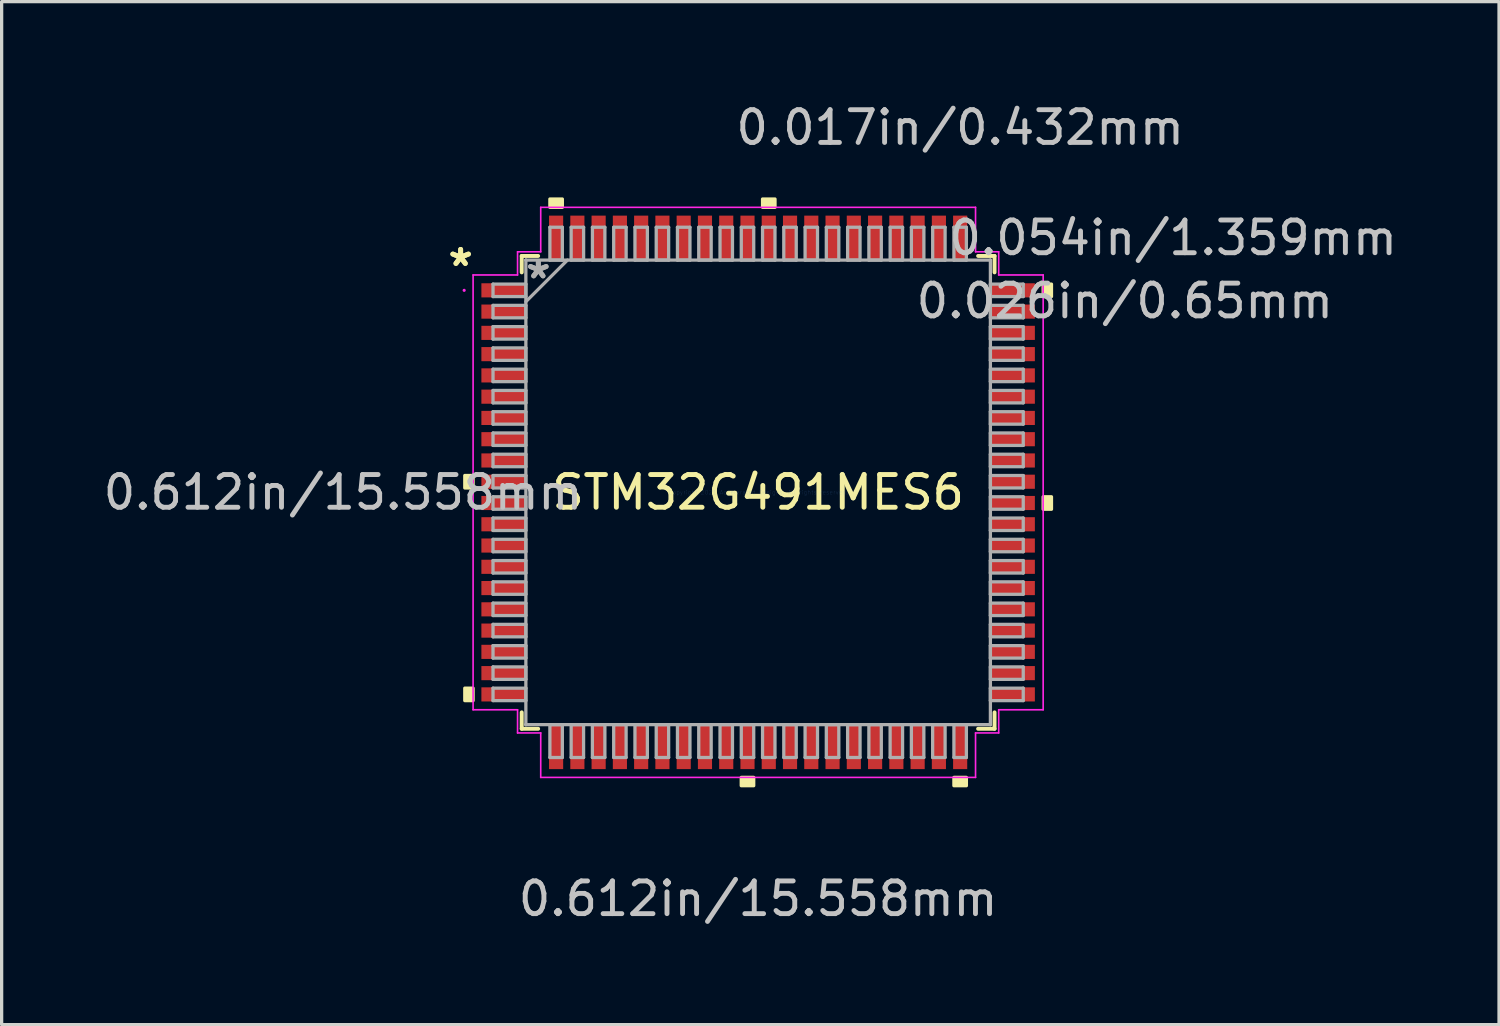
<source format=kicad_pcb>
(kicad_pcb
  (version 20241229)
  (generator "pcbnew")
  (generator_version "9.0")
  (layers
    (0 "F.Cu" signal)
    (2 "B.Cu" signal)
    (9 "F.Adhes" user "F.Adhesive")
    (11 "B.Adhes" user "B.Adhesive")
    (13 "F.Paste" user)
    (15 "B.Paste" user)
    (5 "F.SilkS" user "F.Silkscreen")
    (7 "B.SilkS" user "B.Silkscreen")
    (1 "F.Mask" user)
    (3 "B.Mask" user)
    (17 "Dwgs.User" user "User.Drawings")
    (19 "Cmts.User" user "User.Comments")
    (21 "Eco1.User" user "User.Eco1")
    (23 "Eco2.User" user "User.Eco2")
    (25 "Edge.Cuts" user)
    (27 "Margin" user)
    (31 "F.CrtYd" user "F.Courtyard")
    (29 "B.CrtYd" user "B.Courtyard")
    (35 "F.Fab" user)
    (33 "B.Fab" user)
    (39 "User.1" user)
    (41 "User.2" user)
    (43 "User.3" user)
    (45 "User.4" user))
  (footprint "STM32G491MES6"
    (layer "F.Cu")
    (at 20.122 11.999)
    (property "Reference" "STM32G491MES6" (at 0 0 0) (layer "F.SilkS") (effects (font (size 1 1) (thickness 0.15))))
    (attr through_hole)
    (fp_line (start -7.226 -7.226) (end -7.226 -6.724) (stroke (width 0.12) (type solid)) (layer "F.SilkS"))
    (fp_line (start -7.226 6.724) (end -7.226 7.226) (stroke (width 0.12) (type solid)) (layer "F.SilkS"))
    (fp_line (start -7.226 7.226) (end -6.724 7.226) (stroke (width 0.12) (type solid)) (layer "F.SilkS"))
    (fp_line (start -6.724 -7.226) (end -7.226 -7.226) (stroke (width 0.12) (type solid)) (layer "F.SilkS"))
    (fp_line (start 6.724 7.226) (end 7.226 7.226) (stroke (width 0.12) (type solid)) (layer "F.SilkS"))
    (fp_line (start 7.226 -7.226) (end 6.724 -7.226) (stroke (width 0.12) (type solid)) (layer "F.SilkS"))
    (fp_line (start 7.226 -6.724) (end 7.226 -7.226) (stroke (width 0.12) (type solid)) (layer "F.SilkS"))
    (fp_line (start 7.226 7.226) (end 7.226 6.724) (stroke (width 0.12) (type solid)) (layer "F.SilkS"))
    (fp_poly (pts (xy -8.966 -0.516) (xy -8.966 -0.135) (xy -8.712 -0.135) (xy -8.712 -0.516)) (stroke (width 0.1) (type solid)) (fill yes) (layer "F.SilkS"))
    (fp_poly (pts (xy -8.966 5.984) (xy -8.966 6.365) (xy -8.712 6.365) (xy -8.712 5.984)) (stroke (width 0.1) (type solid)) (fill yes) (layer "F.SilkS"))
    (fp_poly (pts (xy -6.365 -8.712) (xy -6.365 -8.966) (xy -5.984 -8.966) (xy -5.984 -8.712)) (stroke (width 0.1) (type solid)) (fill yes) (layer "F.SilkS"))
    (fp_poly (pts (xy -0.516 8.712) (xy -0.516 8.966) (xy -0.135 8.966) (xy -0.135 8.712)) (stroke (width 0.1) (type solid)) (fill yes) (layer "F.SilkS"))
    (fp_poly (pts (xy 0.135 -8.712) (xy 0.135 -8.966) (xy 0.516 -8.966) (xy 0.516 -8.712)) (stroke (width 0.1) (type solid)) (fill yes) (layer "F.SilkS"))
    (fp_poly (pts (xy 5.984 8.712) (xy 5.984 8.966) (xy 6.365 8.966) (xy 6.365 8.712)) (stroke (width 0.1) (type solid)) (fill yes) (layer "F.SilkS"))
    (fp_poly (pts (xy 8.966 -6.365) (xy 8.966 -5.984) (xy 8.712 -5.984) (xy 8.712 -6.365)) (stroke (width 0.1) (type solid)) (fill yes) (layer "F.SilkS"))
    (fp_poly (pts (xy 8.966 0.135) (xy 8.966 0.516) (xy 8.712 0.516) (xy 8.712 0.135)) (stroke (width 0.1) (type solid)) (fill yes) (layer "F.SilkS"))
    (fp_line (start -8.712 -6.645) (end -7.353 -6.645) (stroke (width 0.05) (type solid)) (layer "F.CrtYd"))
    (fp_line (start -8.712 6.645) (end -8.712 -6.645) (stroke (width 0.05) (type solid)) (layer "F.CrtYd"))
    (fp_line (start -7.353 -7.353) (end -6.645 -7.353) (stroke (width 0.05) (type solid)) (layer "F.CrtYd"))
    (fp_line (start -7.353 -6.645) (end -7.353 -7.353) (stroke (width 0.05) (type solid)) (layer "F.CrtYd"))
    (fp_line (start -7.353 6.645) (end -8.712 6.645) (stroke (width 0.05) (type solid)) (layer "F.CrtYd"))
    (fp_line (start -7.353 7.353) (end -7.353 6.645) (stroke (width 0.05) (type solid)) (layer "F.CrtYd"))
    (fp_line (start -6.645 -8.712) (end 6.645 -8.712) (stroke (width 0.05) (type solid)) (layer "F.CrtYd"))
    (fp_line (start -6.645 -7.353) (end -6.645 -8.712) (stroke (width 0.05) (type solid)) (layer "F.CrtYd"))
    (fp_line (start -6.645 7.353) (end -7.353 7.353) (stroke (width 0.05) (type solid)) (layer "F.CrtYd"))
    (fp_line (start -6.645 8.712) (end -6.645 7.353) (stroke (width 0.05) (type solid)) (layer "F.CrtYd"))
    (fp_line (start 6.645 -8.712) (end 6.645 -7.353) (stroke (width 0.05) (type solid)) (layer "F.CrtYd"))
    (fp_line (start 6.645 -7.353) (end 7.353 -7.353) (stroke (width 0.05) (type solid)) (layer "F.CrtYd"))
    (fp_line (start 6.645 7.353) (end 6.645 8.712) (stroke (width 0.05) (type solid)) (layer "F.CrtYd"))
    (fp_line (start 6.645 8.712) (end -6.645 8.712) (stroke (width 0.05) (type solid)) (layer "F.CrtYd"))
    (fp_line (start 7.353 -7.353) (end 7.353 -6.645) (stroke (width 0.05) (type solid)) (layer "F.CrtYd"))
    (fp_line (start 7.353 -6.645) (end 8.712 -6.645) (stroke (width 0.05) (type solid)) (layer "F.CrtYd"))
    (fp_line (start 7.353 6.645) (end 7.353 7.353) (stroke (width 0.05) (type solid)) (layer "F.CrtYd"))
    (fp_line (start 7.353 7.353) (end 6.645 7.353) (stroke (width 0.05) (type solid)) (layer "F.CrtYd"))
    (fp_line (start 8.712 -6.645) (end 8.712 6.645) (stroke (width 0.05) (type solid)) (layer "F.CrtYd"))
    (fp_line (start 8.712 6.645) (end 7.353 6.645) (stroke (width 0.05) (type solid)) (layer "F.CrtYd"))
    (fp_circle (center -8.985 -6.175) (end -8.985 -6.175) (stroke (width 0.05) (type solid)) (fill no) (layer "F.CrtYd"))
    (fp_line (start -8.103 -6.365) (end -8.103 -5.984) (stroke (width 0.1) (type solid)) (layer "F.Fab"))
    (fp_line (start -8.103 -5.984) (end -7.099 -5.984) (stroke (width 0.1) (type solid)) (layer "F.Fab"))
    (fp_line (start -8.103 -5.715) (end -8.103 -5.335) (stroke (width 0.1) (type solid)) (layer "F.Fab"))
    (fp_line (start -8.103 -5.335) (end -7.099 -5.335) (stroke (width 0.1) (type solid)) (layer "F.Fab"))
    (fp_line (start -8.103 -5.066) (end -8.103 -4.684) (stroke (width 0.1) (type solid)) (layer "F.Fab"))
    (fp_line (start -8.103 -4.684) (end -7.099 -4.684) (stroke (width 0.1) (type solid)) (layer "F.Fab"))
    (fp_line (start -8.103 -4.415) (end -8.103 -4.035) (stroke (width 0.1) (type solid)) (layer "F.Fab"))
    (fp_line (start -8.103 -4.035) (end -7.099 -4.035) (stroke (width 0.1) (type solid)) (layer "F.Fab"))
    (fp_line (start -8.103 -3.765) (end -8.103 -3.385) (stroke (width 0.1) (type solid)) (layer "F.Fab"))
    (fp_line (start -8.103 -3.385) (end -7.099 -3.385) (stroke (width 0.1) (type solid)) (layer "F.Fab"))
    (fp_line (start -8.103 -3.115) (end -8.103 -2.735) (stroke (width 0.1) (type solid)) (layer "F.Fab"))
    (fp_line (start -8.103 -2.735) (end -7.099 -2.735) (stroke (width 0.1) (type solid)) (layer "F.Fab"))
    (fp_line (start -8.103 -2.466) (end -8.103 -2.084) (stroke (width 0.1) (type solid)) (layer "F.Fab"))
    (fp_line (start -8.103 -2.084) (end -7.099 -2.084) (stroke (width 0.1) (type solid)) (layer "F.Fab"))
    (fp_line (start -8.103 -1.815) (end -8.103 -1.435) (stroke (width 0.1) (type solid)) (layer "F.Fab"))
    (fp_line (start -8.103 -1.435) (end -7.099 -1.435) (stroke (width 0.1) (type solid)) (layer "F.Fab"))
    (fp_line (start -8.103 -1.165) (end -8.103 -0.784) (stroke (width 0.1) (type solid)) (layer "F.Fab"))
    (fp_line (start -8.103 -0.784) (end -7.099 -0.784) (stroke (width 0.1) (type solid)) (layer "F.Fab"))
    (fp_line (start -8.103 -0.515) (end -8.103 -0.135) (stroke (width 0.1) (type solid)) (layer "F.Fab"))
    (fp_line (start -8.103 -0.135) (end -7.099 -0.135) (stroke (width 0.1) (type solid)) (layer "F.Fab"))
    (fp_line (start -8.103 0.135) (end -8.103 0.515) (stroke (width 0.1) (type solid)) (layer "F.Fab"))
    (fp_line (start -8.103 0.515) (end -7.099 0.515) (stroke (width 0.1) (type solid)) (layer "F.Fab"))
    (fp_line (start -8.103 0.784) (end -8.103 1.165) (stroke (width 0.1) (type solid)) (layer "F.Fab"))
    (fp_line (start -8.103 1.165) (end -7.099 1.165) (stroke (width 0.1) (type solid)) (layer "F.Fab"))
    (fp_line (start -8.103 1.435) (end -8.103 1.815) (stroke (width 0.1) (type solid)) (layer "F.Fab"))
    (fp_line (start -8.103 1.815) (end -7.099 1.815) (stroke (width 0.1) (type solid)) (layer "F.Fab"))
    (fp_line (start -8.103 2.084) (end -8.103 2.466) (stroke (width 0.1) (type solid)) (layer "F.Fab"))
    (fp_line (start -8.103 2.466) (end -7.099 2.466) (stroke (width 0.1) (type solid)) (layer "F.Fab"))
    (fp_line (start -8.103 2.735) (end -8.103 3.115) (stroke (width 0.1) (type solid)) (layer "F.Fab"))
    (fp_line (start -8.103 3.115) (end -7.099 3.115) (stroke (width 0.1) (type solid)) (layer "F.Fab"))
    (fp_line (start -8.103 3.385) (end -8.103 3.765) (stroke (width 0.1) (type solid)) (layer "F.Fab"))
    (fp_line (start -8.103 3.765) (end -7.099 3.765) (stroke (width 0.1) (type solid)) (layer "F.Fab"))
    (fp_line (start -8.103 4.034) (end -8.103 4.415) (stroke (width 0.1) (type solid)) (layer "F.Fab"))
    (fp_line (start -8.103 4.415) (end -7.099 4.415) (stroke (width 0.1) (type solid)) (layer "F.Fab"))
    (fp_line (start -8.103 4.684) (end -8.103 5.065) (stroke (width 0.1) (type solid)) (layer "F.Fab"))
    (fp_line (start -8.103 5.065) (end -7.099 5.065) (stroke (width 0.1) (type solid)) (layer "F.Fab"))
    (fp_line (start -8.103 5.334) (end -8.103 5.715) (stroke (width 0.1) (type solid)) (layer "F.Fab"))
    (fp_line (start -8.103 5.715) (end -7.099 5.715) (stroke (width 0.1) (type solid)) (layer "F.Fab"))
    (fp_line (start -8.103 5.984) (end -8.103 6.365) (stroke (width 0.1) (type solid)) (layer "F.Fab"))
    (fp_line (start -8.103 6.365) (end -7.099 6.365) (stroke (width 0.1) (type solid)) (layer "F.Fab"))
    (fp_line (start -7.099 -7.099) (end -7.099 -7.099) (stroke (width 0.1) (type solid)) (layer "F.Fab"))
    (fp_line (start -7.099 -7.099) (end -7.099 7.099) (stroke (width 0.1) (type solid)) (layer "F.Fab"))
    (fp_line (start -7.099 -6.365) (end -8.103 -6.365) (stroke (width 0.1) (type solid)) (layer "F.Fab"))
    (fp_line (start -7.099 -5.984) (end -7.099 -6.365) (stroke (width 0.1) (type solid)) (layer "F.Fab"))
    (fp_line (start -7.099 -5.829) (end -5.829 -7.099) (stroke (width 0.1) (type solid)) (layer "F.Fab"))
    (fp_line (start -7.099 -5.715) (end -8.103 -5.715) (stroke (width 0.1) (type solid)) (layer "F.Fab"))
    (fp_line (start -7.099 -5.335) (end -7.099 -5.715) (stroke (width 0.1) (type solid)) (layer "F.Fab"))
    (fp_line (start -7.099 -5.066) (end -8.103 -5.066) (stroke (width 0.1) (type solid)) (layer "F.Fab"))
    (fp_line (start -7.099 -4.684) (end -7.099 -5.066) (stroke (width 0.1) (type solid)) (layer "F.Fab"))
    (fp_line (start -7.099 -4.415) (end -8.103 -4.415) (stroke (width 0.1) (type solid)) (layer "F.Fab"))
    (fp_line (start -7.099 -4.035) (end -7.099 -4.415) (stroke (width 0.1) (type solid)) (layer "F.Fab"))
    (fp_line (start -7.099 -3.765) (end -8.103 -3.765) (stroke (width 0.1) (type solid)) (layer "F.Fab"))
    (fp_line (start -7.099 -3.385) (end -7.099 -3.765) (stroke (width 0.1) (type solid)) (layer "F.Fab"))
    (fp_line (start -7.099 -3.115) (end -8.103 -3.115) (stroke (width 0.1) (type solid)) (layer "F.Fab"))
    (fp_line (start -7.099 -2.735) (end -7.099 -3.115) (stroke (width 0.1) (type solid)) (layer "F.Fab"))
    (fp_line (start -7.099 -2.466) (end -8.103 -2.466) (stroke (width 0.1) (type solid)) (layer "F.Fab"))
    (fp_line (start -7.099 -2.084) (end -7.099 -2.466) (stroke (width 0.1) (type solid)) (layer "F.Fab"))
    (fp_line (start -7.099 -1.815) (end -8.103 -1.815) (stroke (width 0.1) (type solid)) (layer "F.Fab"))
    (fp_line (start -7.099 -1.435) (end -7.099 -1.815) (stroke (width 0.1) (type solid)) (layer "F.Fab"))
    (fp_line (start -7.099 -1.165) (end -8.103 -1.165) (stroke (width 0.1) (type solid)) (layer "F.Fab"))
    (fp_line (start -7.099 -0.784) (end -7.099 -1.165) (stroke (width 0.1) (type solid)) (layer "F.Fab"))
    (fp_line (start -7.099 -0.515) (end -8.103 -0.515) (stroke (width 0.1) (type solid)) (layer "F.Fab"))
    (fp_line (start -7.099 -0.135) (end -7.099 -0.515) (stroke (width 0.1) (type solid)) (layer "F.Fab"))
    (fp_line (start -7.099 0.135) (end -8.103 0.135) (stroke (width 0.1) (type solid)) (layer "F.Fab"))
    (fp_line (start -7.099 0.515) (end -7.099 0.135) (stroke (width 0.1) (type solid)) (layer "F.Fab"))
    (fp_line (start -7.099 0.784) (end -8.103 0.784) (stroke (width 0.1) (type solid)) (layer "F.Fab"))
    (fp_line (start -7.099 1.165) (end -7.099 0.784) (stroke (width 0.1) (type solid)) (layer "F.Fab"))
    (fp_line (start -7.099 1.435) (end -8.103 1.435) (stroke (width 0.1) (type solid)) (layer "F.Fab"))
    (fp_line (start -7.099 1.815) (end -7.099 1.435) (stroke (width 0.1) (type solid)) (layer "F.Fab"))
    (fp_line (start -7.099 2.084) (end -8.103 2.084) (stroke (width 0.1) (type solid)) (layer "F.Fab"))
    (fp_line (start -7.099 2.466) (end -7.099 2.084) (stroke (width 0.1) (type solid)) (layer "F.Fab"))
    (fp_line (start -7.099 2.735) (end -8.103 2.735) (stroke (width 0.1) (type solid)) (layer "F.Fab"))
    (fp_line (start -7.099 3.115) (end -7.099 2.735) (stroke (width 0.1) (type solid)) (layer "F.Fab"))
    (fp_line (start -7.099 3.385) (end -8.103 3.385) (stroke (width 0.1) (type solid)) (layer "F.Fab"))
    (fp_line (start -7.099 3.765) (end -7.099 3.385) (stroke (width 0.1) (type solid)) (layer "F.Fab"))
    (fp_line (start -7.099 4.034) (end -8.103 4.034) (stroke (width 0.1) (type solid)) (layer "F.Fab"))
    (fp_line (start -7.099 4.415) (end -7.099 4.034) (stroke (width 0.1) (type solid)) (layer "F.Fab"))
    (fp_line (start -7.099 4.684) (end -8.103 4.684) (stroke (width 0.1) (type solid)) (layer "F.Fab"))
    (fp_line (start -7.099 5.065) (end -7.099 4.684) (stroke (width 0.1) (type solid)) (layer "F.Fab"))
    (fp_line (start -7.099 5.334) (end -8.103 5.334) (stroke (width 0.1) (type solid)) (layer "F.Fab"))
    (fp_line (start -7.099 5.715) (end -7.099 5.334) (stroke (width 0.1) (type solid)) (layer "F.Fab"))
    (fp_line (start -7.099 5.984) (end -8.103 5.984) (stroke (width 0.1) (type solid)) (layer "F.Fab"))
    (fp_line (start -7.099 6.365) (end -7.099 5.984) (stroke (width 0.1) (type solid)) (layer "F.Fab"))
    (fp_line (start -7.099 7.099) (end -7.099 7.099) (stroke (width 0.1) (type solid)) (layer "F.Fab"))
    (fp_line (start -7.099 7.099) (end 7.099 7.099) (stroke (width 0.1) (type solid)) (layer "F.Fab"))
    (fp_line (start -6.365 7.099) (end -6.365 8.103) (stroke (width 0.1) (type solid)) (layer "F.Fab"))
    (fp_line (start -6.365 8.103) (end -5.984 8.103) (stroke (width 0.1) (type solid)) (layer "F.Fab"))
    (fp_line (start -6.365 -8.103) (end -6.365 -7.099) (stroke (width 0.1) (type solid)) (layer "F.Fab"))
    (fp_line (start -6.365 -7.099) (end -5.984 -7.099) (stroke (width 0.1) (type solid)) (layer "F.Fab"))
    (fp_line (start -5.984 7.099) (end -6.365 7.099) (stroke (width 0.1) (type solid)) (layer "F.Fab"))
    (fp_line (start -5.984 8.103) (end -5.984 7.099) (stroke (width 0.1) (type solid)) (layer "F.Fab"))
    (fp_line (start -5.984 -8.103) (end -6.365 -8.103) (stroke (width 0.1) (type solid)) (layer "F.Fab"))
    (fp_line (start -5.984 -7.099) (end -5.984 -8.103) (stroke (width 0.1) (type solid)) (layer "F.Fab"))
    (fp_line (start -5.715 7.099) (end -5.715 8.103) (stroke (width 0.1) (type solid)) (layer "F.Fab"))
    (fp_line (start -5.715 8.103) (end -5.335 8.103) (stroke (width 0.1) (type solid)) (layer "F.Fab"))
    (fp_line (start -5.715 -8.103) (end -5.715 -7.099) (stroke (width 0.1) (type solid)) (layer "F.Fab"))
    (fp_line (start -5.715 -7.099) (end -5.334 -7.099) (stroke (width 0.1) (type solid)) (layer "F.Fab"))
    (fp_line (start -5.335 7.099) (end -5.715 7.099) (stroke (width 0.1) (type solid)) (layer "F.Fab"))
    (fp_line (start -5.335 8.103) (end -5.335 7.099) (stroke (width 0.1) (type solid)) (layer "F.Fab"))
    (fp_line (start -5.334 -8.103) (end -5.715 -8.103) (stroke (width 0.1) (type solid)) (layer "F.Fab"))
    (fp_line (start -5.334 -7.099) (end -5.334 -8.103) (stroke (width 0.1) (type solid)) (layer "F.Fab"))
    (fp_line (start -5.066 7.099) (end -5.066 8.103) (stroke (width 0.1) (type solid)) (layer "F.Fab"))
    (fp_line (start -5.066 8.103) (end -4.684 8.103) (stroke (width 0.1) (type solid)) (layer "F.Fab"))
    (fp_line (start -5.065 -8.103) (end -5.065 -7.099) (stroke (width 0.1) (type solid)) (layer "F.Fab"))
    (fp_line (start -5.065 -7.099) (end -4.684 -7.099) (stroke (width 0.1) (type solid)) (layer "F.Fab"))
    (fp_line (start -4.684 7.099) (end -5.066 7.099) (stroke (width 0.1) (type solid)) (layer "F.Fab"))
    (fp_line (start -4.684 8.103) (end -4.684 7.099) (stroke (width 0.1) (type solid)) (layer "F.Fab"))
    (fp_line (start -4.684 -8.103) (end -5.065 -8.103) (stroke (width 0.1) (type solid)) (layer "F.Fab"))
    (fp_line (start -4.684 -7.099) (end -4.684 -8.103) (stroke (width 0.1) (type solid)) (layer "F.Fab"))
    (fp_line (start -4.415 7.099) (end -4.415 8.103) (stroke (width 0.1) (type solid)) (layer "F.Fab"))
    (fp_line (start -4.415 8.103) (end -4.035 8.103) (stroke (width 0.1) (type solid)) (layer "F.Fab"))
    (fp_line (start -4.415 -8.103) (end -4.415 -7.099) (stroke (width 0.1) (type solid)) (layer "F.Fab"))
    (fp_line (start -4.415 -7.099) (end -4.034 -7.099) (stroke (width 0.1) (type solid)) (layer "F.Fab"))
    (fp_line (start -4.035 7.099) (end -4.415 7.099) (stroke (width 0.1) (type solid)) (layer "F.Fab"))
    (fp_line (start -4.035 8.103) (end -4.035 7.099) (stroke (width 0.1) (type solid)) (layer "F.Fab"))
    (fp_line (start -4.034 -8.103) (end -4.415 -8.103) (stroke (width 0.1) (type solid)) (layer "F.Fab"))
    (fp_line (start -4.034 -7.099) (end -4.034 -8.103) (stroke (width 0.1) (type solid)) (layer "F.Fab"))
    (fp_line (start -3.765 -8.103) (end -3.765 -7.099) (stroke (width 0.1) (type solid)) (layer "F.Fab"))
    (fp_line (start -3.765 -7.099) (end -3.385 -7.099) (stroke (width 0.1) (type solid)) (layer "F.Fab"))
    (fp_line (start -3.765 7.099) (end -3.765 8.103) (stroke (width 0.1) (type solid)) (layer "F.Fab"))
    (fp_line (start -3.765 8.103) (end -3.385 8.103) (stroke (width 0.1) (type solid)) (layer "F.Fab"))
    (fp_line (start -3.385 -8.103) (end -3.765 -8.103) (stroke (width 0.1) (type solid)) (layer "F.Fab"))
    (fp_line (start -3.385 -7.099) (end -3.385 -8.103) (stroke (width 0.1) (type solid)) (layer "F.Fab"))
    (fp_line (start -3.385 7.099) (end -3.765 7.099) (stroke (width 0.1) (type solid)) (layer "F.Fab"))
    (fp_line (start -3.385 8.103) (end -3.385 7.099) (stroke (width 0.1) (type solid)) (layer "F.Fab"))
    (fp_line (start -3.115 -8.103) (end -3.115 -7.099) (stroke (width 0.1) (type solid)) (layer "F.Fab"))
    (fp_line (start -3.115 -7.099) (end -2.735 -7.099) (stroke (width 0.1) (type solid)) (layer "F.Fab"))
    (fp_line (start -3.115 7.099) (end -3.115 8.103) (stroke (width 0.1) (type solid)) (layer "F.Fab"))
    (fp_line (start -3.115 8.103) (end -2.735 8.103) (stroke (width 0.1) (type solid)) (layer "F.Fab"))
    (fp_line (start -2.735 -8.103) (end -3.115 -8.103) (stroke (width 0.1) (type solid)) (layer "F.Fab"))
    (fp_line (start -2.735 -7.099) (end -2.735 -8.103) (stroke (width 0.1) (type solid)) (layer "F.Fab"))
    (fp_line (start -2.735 7.099) (end -3.115 7.099) (stroke (width 0.1) (type solid)) (layer "F.Fab"))
    (fp_line (start -2.735 8.103) (end -2.735 7.099) (stroke (width 0.1) (type solid)) (layer "F.Fab"))
    (fp_line (start -2.466 -8.103) (end -2.466 -7.099) (stroke (width 0.1) (type solid)) (layer "F.Fab"))
    (fp_line (start -2.466 -7.099) (end -2.084 -7.099) (stroke (width 0.1) (type solid)) (layer "F.Fab"))
    (fp_line (start -2.466 7.099) (end -2.466 8.103) (stroke (width 0.1) (type solid)) (layer "F.Fab"))
    (fp_line (start -2.466 8.103) (end -2.084 8.103) (stroke (width 0.1) (type solid)) (layer "F.Fab"))
    (fp_line (start -2.084 -8.103) (end -2.466 -8.103) (stroke (width 0.1) (type solid)) (layer "F.Fab"))
    (fp_line (start -2.084 -7.099) (end -2.084 -8.103) (stroke (width 0.1) (type solid)) (layer "F.Fab"))
    (fp_line (start -2.084 7.099) (end -2.466 7.099) (stroke (width 0.1) (type solid)) (layer "F.Fab"))
    (fp_line (start -2.084 8.103) (end -2.084 7.099) (stroke (width 0.1) (type solid)) (layer "F.Fab"))
    (fp_line (start -1.815 -8.103) (end -1.815 -7.099) (stroke (width 0.1) (type solid)) (layer "F.Fab"))
    (fp_line (start -1.815 -7.099) (end -1.435 -7.099) (stroke (width 0.1) (type solid)) (layer "F.Fab"))
    (fp_line (start -1.815 7.099) (end -1.815 8.103) (stroke (width 0.1) (type solid)) (layer "F.Fab"))
    (fp_line (start -1.815 8.103) (end -1.435 8.103) (stroke (width 0.1) (type solid)) (layer "F.Fab"))
    (fp_line (start -1.435 -8.103) (end -1.815 -8.103) (stroke (width 0.1) (type solid)) (layer "F.Fab"))
    (fp_line (start -1.435 -7.099) (end -1.435 -8.103) (stroke (width 0.1) (type solid)) (layer "F.Fab"))
    (fp_line (start -1.435 7.099) (end -1.815 7.099) (stroke (width 0.1) (type solid)) (layer "F.Fab"))
    (fp_line (start -1.435 8.103) (end -1.435 7.099) (stroke (width 0.1) (type solid)) (layer "F.Fab"))
    (fp_line (start -1.165 -8.103) (end -1.165 -7.099) (stroke (width 0.1) (type solid)) (layer "F.Fab"))
    (fp_line (start -1.165 -7.099) (end -0.784 -7.099) (stroke (width 0.1) (type solid)) (layer "F.Fab"))
    (fp_line (start -1.165 7.099) (end -1.165 8.103) (stroke (width 0.1) (type solid)) (layer "F.Fab"))
    (fp_line (start -1.165 8.103) (end -0.784 8.103) (stroke (width 0.1) (type solid)) (layer "F.Fab"))
    (fp_line (start -0.784 -8.103) (end -1.165 -8.103) (stroke (width 0.1) (type solid)) (layer "F.Fab"))
    (fp_line (start -0.784 -7.099) (end -0.784 -8.103) (stroke (width 0.1) (type solid)) (layer "F.Fab"))
    (fp_line (start -0.784 7.099) (end -1.165 7.099) (stroke (width 0.1) (type solid)) (layer "F.Fab"))
    (fp_line (start -0.784 8.103) (end -0.784 7.099) (stroke (width 0.1) (type solid)) (layer "F.Fab"))
    (fp_line (start -0.515 -8.103) (end -0.515 -7.099) (stroke (width 0.1) (type solid)) (layer "F.Fab"))
    (fp_line (start -0.515 -7.099) (end -0.135 -7.099) (stroke (width 0.1) (type solid)) (layer "F.Fab"))
    (fp_line (start -0.515 7.099) (end -0.515 8.103) (stroke (width 0.1) (type solid)) (layer "F.Fab"))
    (fp_line (start -0.515 8.103) (end -0.135 8.103) (stroke (width 0.1) (type solid)) (layer "F.Fab"))
    (fp_line (start -0.135 -8.103) (end -0.515 -8.103) (stroke (width 0.1) (type solid)) (layer "F.Fab"))
    (fp_line (start -0.135 -7.099) (end -0.135 -8.103) (stroke (width 0.1) (type solid)) (layer "F.Fab"))
    (fp_line (start -0.135 7.099) (end -0.515 7.099) (stroke (width 0.1) (type solid)) (layer "F.Fab"))
    (fp_line (start -0.135 8.103) (end -0.135 7.099) (stroke (width 0.1) (type solid)) (layer "F.Fab"))
    (fp_line (start 0.135 -8.103) (end 0.135 -7.099) (stroke (width 0.1) (type solid)) (layer "F.Fab"))
    (fp_line (start 0.135 -7.099) (end 0.515 -7.099) (stroke (width 0.1) (type solid)) (layer "F.Fab"))
    (fp_line (start 0.135 7.099) (end 0.135 8.103) (stroke (width 0.1) (type solid)) (layer "F.Fab"))
    (fp_line (start 0.135 8.103) (end 0.515 8.103) (stroke (width 0.1) (type solid)) (layer "F.Fab"))
    (fp_line (start 0.515 -8.103) (end 0.135 -8.103) (stroke (width 0.1) (type solid)) (layer "F.Fab"))
    (fp_line (start 0.515 -7.099) (end 0.515 -8.103) (stroke (width 0.1) (type solid)) (layer "F.Fab"))
    (fp_line (start 0.515 7.099) (end 0.135 7.099) (stroke (width 0.1) (type solid)) (layer "F.Fab"))
    (fp_line (start 0.515 8.103) (end 0.515 7.099) (stroke (width 0.1) (type solid)) (layer "F.Fab"))
    (fp_line (start 0.784 -8.103) (end 0.784 -7.099) (stroke (width 0.1) (type solid)) (layer "F.Fab"))
    (fp_line (start 0.784 -7.099) (end 1.165 -7.099) (stroke (width 0.1) (type solid)) (layer "F.Fab"))
    (fp_line (start 0.784 7.099) (end 0.784 8.103) (stroke (width 0.1) (type solid)) (layer "F.Fab"))
    (fp_line (start 0.784 8.103) (end 1.165 8.103) (stroke (width 0.1) (type solid)) (layer "F.Fab"))
    (fp_line (start 1.165 -8.103) (end 0.784 -8.103) (stroke (width 0.1) (type solid)) (layer "F.Fab"))
    (fp_line (start 1.165 -7.099) (end 1.165 -8.103) (stroke (width 0.1) (type solid)) (layer "F.Fab"))
    (fp_line (start 1.165 7.099) (end 0.784 7.099) (stroke (width 0.1) (type solid)) (layer "F.Fab"))
    (fp_line (start 1.165 8.103) (end 1.165 7.099) (stroke (width 0.1) (type solid)) (layer "F.Fab"))
    (fp_line (start 1.435 -8.103) (end 1.435 -7.099) (stroke (width 0.1) (type solid)) (layer "F.Fab"))
    (fp_line (start 1.435 -7.099) (end 1.815 -7.099) (stroke (width 0.1) (type solid)) (layer "F.Fab"))
    (fp_line (start 1.435 7.099) (end 1.435 8.103) (stroke (width 0.1) (type solid)) (layer "F.Fab"))
    (fp_line (start 1.435 8.103) (end 1.815 8.103) (stroke (width 0.1) (type solid)) (layer "F.Fab"))
    (fp_line (start 1.815 -8.103) (end 1.435 -8.103) (stroke (width 0.1) (type solid)) (layer "F.Fab"))
    (fp_line (start 1.815 -7.099) (end 1.815 -8.103) (stroke (width 0.1) (type solid)) (layer "F.Fab"))
    (fp_line (start 1.815 7.099) (end 1.435 7.099) (stroke (width 0.1) (type solid)) (layer "F.Fab"))
    (fp_line (start 1.815 8.103) (end 1.815 7.099) (stroke (width 0.1) (type solid)) (layer "F.Fab"))
    (fp_line (start 2.084 -8.103) (end 2.084 -7.099) (stroke (width 0.1) (type solid)) (layer "F.Fab"))
    (fp_line (start 2.084 -7.099) (end 2.466 -7.099) (stroke (width 0.1) (type solid)) (layer "F.Fab"))
    (fp_line (start 2.084 7.099) (end 2.084 8.103) (stroke (width 0.1) (type solid)) (layer "F.Fab"))
    (fp_line (start 2.084 8.103) (end 2.466 8.103) (stroke (width 0.1) (type solid)) (layer "F.Fab"))
    (fp_line (start 2.466 -8.103) (end 2.084 -8.103) (stroke (width 0.1) (type solid)) (layer "F.Fab"))
    (fp_line (start 2.466 -7.099) (end 2.466 -8.103) (stroke (width 0.1) (type solid)) (layer "F.Fab"))
    (fp_line (start 2.466 7.099) (end 2.084 7.099) (stroke (width 0.1) (type solid)) (layer "F.Fab"))
    (fp_line (start 2.466 8.103) (end 2.466 7.099) (stroke (width 0.1) (type solid)) (layer "F.Fab"))
    (fp_line (start 2.735 -8.103) (end 2.735 -7.099) (stroke (width 0.1) (type solid)) (layer "F.Fab"))
    (fp_line (start 2.735 -7.099) (end 3.115 -7.099) (stroke (width 0.1) (type solid)) (layer "F.Fab"))
    (fp_line (start 2.735 7.099) (end 2.735 8.103) (stroke (width 0.1) (type solid)) (layer "F.Fab"))
    (fp_line (start 2.735 8.103) (end 3.115 8.103) (stroke (width 0.1) (type solid)) (layer "F.Fab"))
    (fp_line (start 3.115 -8.103) (end 2.735 -8.103) (stroke (width 0.1) (type solid)) (layer "F.Fab"))
    (fp_line (start 3.115 -7.099) (end 3.115 -8.103) (stroke (width 0.1) (type solid)) (layer "F.Fab"))
    (fp_line (start 3.115 7.099) (end 2.735 7.099) (stroke (width 0.1) (type solid)) (layer "F.Fab"))
    (fp_line (start 3.115 8.103) (end 3.115 7.099) (stroke (width 0.1) (type solid)) (layer "F.Fab"))
    (fp_line (start 3.385 -8.103) (end 3.385 -7.099) (stroke (width 0.1) (type solid)) (layer "F.Fab"))
    (fp_line (start 3.385 -7.099) (end 3.765 -7.099) (stroke (width 0.1) (type solid)) (layer "F.Fab"))
    (fp_line (start 3.385 7.099) (end 3.385 8.103) (stroke (width 0.1) (type solid)) (layer "F.Fab"))
    (fp_line (start 3.385 8.103) (end 3.765 8.103) (stroke (width 0.1) (type solid)) (layer "F.Fab"))
    (fp_line (start 3.765 -8.103) (end 3.385 -8.103) (stroke (width 0.1) (type solid)) (layer "F.Fab"))
    (fp_line (start 3.765 -7.099) (end 3.765 -8.103) (stroke (width 0.1) (type solid)) (layer "F.Fab"))
    (fp_line (start 3.765 7.099) (end 3.385 7.099) (stroke (width 0.1) (type solid)) (layer "F.Fab"))
    (fp_line (start 3.765 8.103) (end 3.765 7.099) (stroke (width 0.1) (type solid)) (layer "F.Fab"))
    (fp_line (start 4.034 7.099) (end 4.034 8.103) (stroke (width 0.1) (type solid)) (layer "F.Fab"))
    (fp_line (start 4.034 8.103) (end 4.415 8.103) (stroke (width 0.1) (type solid)) (layer "F.Fab"))
    (fp_line (start 4.035 -8.103) (end 4.035 -7.099) (stroke (width 0.1) (type solid)) (layer "F.Fab"))
    (fp_line (start 4.035 -7.099) (end 4.415 -7.099) (stroke (width 0.1) (type solid)) (layer "F.Fab"))
    (fp_line (start 4.415 7.099) (end 4.034 7.099) (stroke (width 0.1) (type solid)) (layer "F.Fab"))
    (fp_line (start 4.415 8.103) (end 4.415 7.099) (stroke (width 0.1) (type solid)) (layer "F.Fab"))
    (fp_line (start 4.415 -8.103) (end 4.035 -8.103) (stroke (width 0.1) (type solid)) (layer "F.Fab"))
    (fp_line (start 4.415 -7.099) (end 4.415 -8.103) (stroke (width 0.1) (type solid)) (layer "F.Fab"))
    (fp_line (start 4.684 7.099) (end 4.684 8.103) (stroke (width 0.1) (type solid)) (layer "F.Fab"))
    (fp_line (start 4.684 8.103) (end 5.065 8.103) (stroke (width 0.1) (type solid)) (layer "F.Fab"))
    (fp_line (start 4.684 -8.103) (end 4.684 -7.099) (stroke (width 0.1) (type solid)) (layer "F.Fab"))
    (fp_line (start 4.684 -7.099) (end 5.066 -7.099) (stroke (width 0.1) (type solid)) (layer "F.Fab"))
    (fp_line (start 5.065 7.099) (end 4.684 7.099) (stroke (width 0.1) (type solid)) (layer "F.Fab"))
    (fp_line (start 5.065 8.103) (end 5.065 7.099) (stroke (width 0.1) (type solid)) (layer "F.Fab"))
    (fp_line (start 5.066 -8.103) (end 4.684 -8.103) (stroke (width 0.1) (type solid)) (layer "F.Fab"))
    (fp_line (start 5.066 -7.099) (end 5.066 -8.103) (stroke (width 0.1) (type solid)) (layer "F.Fab"))
    (fp_line (start 5.334 7.099) (end 5.334 8.103) (stroke (width 0.1) (type solid)) (layer "F.Fab"))
    (fp_line (start 5.334 8.103) (end 5.715 8.103) (stroke (width 0.1) (type solid)) (layer "F.Fab"))
    (fp_line (start 5.335 -8.103) (end 5.335 -7.099) (stroke (width 0.1) (type solid)) (layer "F.Fab"))
    (fp_line (start 5.335 -7.099) (end 5.715 -7.099) (stroke (width 0.1) (type solid)) (layer "F.Fab"))
    (fp_line (start 5.715 7.099) (end 5.334 7.099) (stroke (width 0.1) (type solid)) (layer "F.Fab"))
    (fp_line (start 5.715 8.103) (end 5.715 7.099) (stroke (width 0.1) (type solid)) (layer "F.Fab"))
    (fp_line (start 5.715 -8.103) (end 5.335 -8.103) (stroke (width 0.1) (type solid)) (layer "F.Fab"))
    (fp_line (start 5.715 -7.099) (end 5.715 -8.103) (stroke (width 0.1) (type solid)) (layer "F.Fab"))
    (fp_line (start 5.984 7.099) (end 5.984 8.103) (stroke (width 0.1) (type solid)) (layer "F.Fab"))
    (fp_line (start 5.984 8.103) (end 6.365 8.103) (stroke (width 0.1) (type solid)) (layer "F.Fab"))
    (fp_line (start 5.984 -8.103) (end 5.984 -7.099) (stroke (width 0.1) (type solid)) (layer "F.Fab"))
    (fp_line (start 5.984 -7.099) (end 6.365 -7.099) (stroke (width 0.1) (type solid)) (layer "F.Fab"))
    (fp_line (start 6.365 7.099) (end 5.984 7.099) (stroke (width 0.1) (type solid)) (layer "F.Fab"))
    (fp_line (start 6.365 8.103) (end 6.365 7.099) (stroke (width 0.1) (type solid)) (layer "F.Fab"))
    (fp_line (start 6.365 -8.103) (end 5.984 -8.103) (stroke (width 0.1) (type solid)) (layer "F.Fab"))
    (fp_line (start 6.365 -7.099) (end 6.365 -8.103) (stroke (width 0.1) (type solid)) (layer "F.Fab"))
    (fp_line (start 7.099 -7.099) (end -7.099 -7.099) (stroke (width 0.1) (type solid)) (layer "F.Fab"))
    (fp_line (start 7.099 -7.099) (end 7.099 -7.099) (stroke (width 0.1) (type solid)) (layer "F.Fab"))
    (fp_line (start 7.099 -6.365) (end 7.099 -5.984) (stroke (width 0.1) (type solid)) (layer "F.Fab"))
    (fp_line (start 7.099 -5.984) (end 8.103 -5.984) (stroke (width 0.1) (type solid)) (layer "F.Fab"))
    (fp_line (start 7.099 -5.715) (end 7.099 -5.334) (stroke (width 0.1) (type solid)) (layer "F.Fab"))
    (fp_line (start 7.099 -5.334) (end 8.103 -5.334) (stroke (width 0.1) (type solid)) (layer "F.Fab"))
    (fp_line (start 7.099 -5.065) (end 7.099 -4.684) (stroke (width 0.1) (type solid)) (layer "F.Fab"))
    (fp_line (start 7.099 -4.684) (end 8.103 -4.684) (stroke (width 0.1) (type solid)) (layer "F.Fab"))
    (fp_line (start 7.099 -4.415) (end 7.099 -4.034) (stroke (width 0.1) (type solid)) (layer "F.Fab"))
    (fp_line (start 7.099 -4.034) (end 8.103 -4.034) (stroke (width 0.1) (type solid)) (layer "F.Fab"))
    (fp_line (start 7.099 -3.765) (end 7.099 -3.385) (stroke (width 0.1) (type solid)) (layer "F.Fab"))
    (fp_line (start 7.099 -3.385) (end 8.103 -3.385) (stroke (width 0.1) (type solid)) (layer "F.Fab"))
    (fp_line (start 7.099 -3.115) (end 7.099 -2.735) (stroke (width 0.1) (type solid)) (layer "F.Fab"))
    (fp_line (start 7.099 -2.735) (end 8.103 -2.735) (stroke (width 0.1) (type solid)) (layer "F.Fab"))
    (fp_line (start 7.099 -2.466) (end 7.099 -2.084) (stroke (width 0.1) (type solid)) (layer "F.Fab"))
    (fp_line (start 7.099 -2.084) (end 8.103 -2.084) (stroke (width 0.1) (type solid)) (layer "F.Fab"))
    (fp_line (start 7.099 -1.815) (end 7.099 -1.435) (stroke (width 0.1) (type solid)) (layer "F.Fab"))
    (fp_line (start 7.099 -1.435) (end 8.103 -1.435) (stroke (width 0.1) (type solid)) (layer "F.Fab"))
    (fp_line (start 7.099 -1.165) (end 7.099 -0.784) (stroke (width 0.1) (type solid)) (layer "F.Fab"))
    (fp_line (start 7.099 -0.784) (end 8.103 -0.784) (stroke (width 0.1) (type solid)) (layer "F.Fab"))
    (fp_line (start 7.099 -0.515) (end 7.099 -0.135) (stroke (width 0.1) (type solid)) (layer "F.Fab"))
    (fp_line (start 7.099 -0.135) (end 8.103 -0.135) (stroke (width 0.1) (type solid)) (layer "F.Fab"))
    (fp_line (start 7.099 0.135) (end 7.099 0.515) (stroke (width 0.1) (type solid)) (layer "F.Fab"))
    (fp_line (start 7.099 0.515) (end 8.103 0.515) (stroke (width 0.1) (type solid)) (layer "F.Fab"))
    (fp_line (start 7.099 0.784) (end 7.099 1.165) (stroke (width 0.1) (type solid)) (layer "F.Fab"))
    (fp_line (start 7.099 1.165) (end 8.103 1.165) (stroke (width 0.1) (type solid)) (layer "F.Fab"))
    (fp_line (start 7.099 1.435) (end 7.099 1.815) (stroke (width 0.1) (type solid)) (layer "F.Fab"))
    (fp_line (start 7.099 1.815) (end 8.103 1.815) (stroke (width 0.1) (type solid)) (layer "F.Fab"))
    (fp_line (start 7.099 2.084) (end 7.099 2.466) (stroke (width 0.1) (type solid)) (layer "F.Fab"))
    (fp_line (start 7.099 2.466) (end 8.103 2.466) (stroke (width 0.1) (type solid)) (layer "F.Fab"))
    (fp_line (start 7.099 2.735) (end 7.099 3.115) (stroke (width 0.1) (type solid)) (layer "F.Fab"))
    (fp_line (start 7.099 3.115) (end 8.103 3.115) (stroke (width 0.1) (type solid)) (layer "F.Fab"))
    (fp_line (start 7.099 3.385) (end 7.099 3.765) (stroke (width 0.1) (type solid)) (layer "F.Fab"))
    (fp_line (start 7.099 3.765) (end 8.103 3.765) (stroke (width 0.1) (type solid)) (layer "F.Fab"))
    (fp_line (start 7.099 4.035) (end 7.099 4.415) (stroke (width 0.1) (type solid)) (layer "F.Fab"))
    (fp_line (start 7.099 4.415) (end 8.103 4.415) (stroke (width 0.1) (type solid)) (layer "F.Fab"))
    (fp_line (start 7.099 4.684) (end 7.099 5.066) (stroke (width 0.1) (type solid)) (layer "F.Fab"))
    (fp_line (start 7.099 5.066) (end 8.103 5.066) (stroke (width 0.1) (type solid)) (layer "F.Fab"))
    (fp_line (start 7.099 5.335) (end 7.099 5.715) (stroke (width 0.1) (type solid)) (layer "F.Fab"))
    (fp_line (start 7.099 5.715) (end 8.103 5.715) (stroke (width 0.1) (type solid)) (layer "F.Fab"))
    (fp_line (start 7.099 5.984) (end 7.099 6.365) (stroke (width 0.1) (type solid)) (layer "F.Fab"))
    (fp_line (start 7.099 6.365) (end 8.103 6.365) (stroke (width 0.1) (type solid)) (layer "F.Fab"))
    (fp_line (start 7.099 7.099) (end 7.099 -7.099) (stroke (width 0.1) (type solid)) (layer "F.Fab"))
    (fp_line (start 7.099 7.099) (end 7.099 7.099) (stroke (width 0.1) (type solid)) (layer "F.Fab"))
    (fp_line (start 8.103 -6.365) (end 7.099 -6.365) (stroke (width 0.1) (type solid)) (layer "F.Fab"))
    (fp_line (start 8.103 -5.984) (end 8.103 -6.365) (stroke (width 0.1) (type solid)) (layer "F.Fab"))
    (fp_line (start 8.103 -5.715) (end 7.099 -5.715) (stroke (width 0.1) (type solid)) (layer "F.Fab"))
    (fp_line (start 8.103 -5.334) (end 8.103 -5.715) (stroke (width 0.1) (type solid)) (layer "F.Fab"))
    (fp_line (start 8.103 -5.065) (end 7.099 -5.065) (stroke (width 0.1) (type solid)) (layer "F.Fab"))
    (fp_line (start 8.103 -4.684) (end 8.103 -5.065) (stroke (width 0.1) (type solid)) (layer "F.Fab"))
    (fp_line (start 8.103 -4.415) (end 7.099 -4.415) (stroke (width 0.1) (type solid)) (layer "F.Fab"))
    (fp_line (start 8.103 -4.034) (end 8.103 -4.415) (stroke (width 0.1) (type solid)) (layer "F.Fab"))
    (fp_line (start 8.103 -3.765) (end 7.099 -3.765) (stroke (width 0.1) (type solid)) (layer "F.Fab"))
    (fp_line (start 8.103 -3.385) (end 8.103 -3.765) (stroke (width 0.1) (type solid)) (layer "F.Fab"))
    (fp_line (start 8.103 -3.115) (end 7.099 -3.115) (stroke (width 0.1) (type solid)) (layer "F.Fab"))
    (fp_line (start 8.103 -2.735) (end 8.103 -3.115) (stroke (width 0.1) (type solid)) (layer "F.Fab"))
    (fp_line (start 8.103 -2.466) (end 7.099 -2.466) (stroke (width 0.1) (type solid)) (layer "F.Fab"))
    (fp_line (start 8.103 -2.084) (end 8.103 -2.466) (stroke (width 0.1) (type solid)) (layer "F.Fab"))
    (fp_line (start 8.103 -1.815) (end 7.099 -1.815) (stroke (width 0.1) (type solid)) (layer "F.Fab"))
    (fp_line (start 8.103 -1.435) (end 8.103 -1.815) (stroke (width 0.1) (type solid)) (layer "F.Fab"))
    (fp_line (start 8.103 -1.165) (end 7.099 -1.165) (stroke (width 0.1) (type solid)) (layer "F.Fab"))
    (fp_line (start 8.103 -0.784) (end 8.103 -1.165) (stroke (width 0.1) (type solid)) (layer "F.Fab"))
    (fp_line (start 8.103 -0.515) (end 7.099 -0.515) (stroke (width 0.1) (type solid)) (layer "F.Fab"))
    (fp_line (start 8.103 -0.135) (end 8.103 -0.515) (stroke (width 0.1) (type solid)) (layer "F.Fab"))
    (fp_line (start 8.103 0.135) (end 7.099 0.135) (stroke (width 0.1) (type solid)) (layer "F.Fab"))
    (fp_line (start 8.103 0.515) (end 8.103 0.135) (stroke (width 0.1) (type solid)) (layer "F.Fab"))
    (fp_line (start 8.103 0.784) (end 7.099 0.784) (stroke (width 0.1) (type solid)) (layer "F.Fab"))
    (fp_line (start 8.103 1.165) (end 8.103 0.784) (stroke (width 0.1) (type solid)) (layer "F.Fab"))
    (fp_line (start 8.103 1.435) (end 7.099 1.435) (stroke (width 0.1) (type solid)) (layer "F.Fab"))
    (fp_line (start 8.103 1.815) (end 8.103 1.435) (stroke (width 0.1) (type solid)) (layer "F.Fab"))
    (fp_line (start 8.103 2.084) (end 7.099 2.084) (stroke (width 0.1) (type solid)) (layer "F.Fab"))
    (fp_line (start 8.103 2.466) (end 8.103 2.084) (stroke (width 0.1) (type solid)) (layer "F.Fab"))
    (fp_line (start 8.103 2.735) (end 7.099 2.735) (stroke (width 0.1) (type solid)) (layer "F.Fab"))
    (fp_line (start 8.103 3.115) (end 8.103 2.735) (stroke (width 0.1) (type solid)) (layer "F.Fab"))
    (fp_line (start 8.103 3.385) (end 7.099 3.385) (stroke (width 0.1) (type solid)) (layer "F.Fab"))
    (fp_line (start 8.103 3.765) (end 8.103 3.385) (stroke (width 0.1) (type solid)) (layer "F.Fab"))
    (fp_line (start 8.103 4.035) (end 7.099 4.035) (stroke (width 0.1) (type solid)) (layer "F.Fab"))
    (fp_line (start 8.103 4.415) (end 8.103 4.035) (stroke (width 0.1) (type solid)) (layer "F.Fab"))
    (fp_line (start 8.103 4.684) (end 7.099 4.684) (stroke (width 0.1) (type solid)) (layer "F.Fab"))
    (fp_line (start 8.103 5.066) (end 8.103 4.684) (stroke (width 0.1) (type solid)) (layer "F.Fab"))
    (fp_line (start 8.103 5.335) (end 7.099 5.335) (stroke (width 0.1) (type solid)) (layer "F.Fab"))
    (fp_line (start 8.103 5.715) (end 8.103 5.335) (stroke (width 0.1) (type solid)) (layer "F.Fab"))
    (fp_line (start 8.103 5.984) (end 7.099 5.984) (stroke (width 0.1) (type solid)) (layer "F.Fab"))
    (fp_line (start 8.103 6.365) (end 8.103 5.984) (stroke (width 0.1) (type solid)) (layer "F.Fab"))
    (fp_text user "*" (at -9.093 -6.881 0) (layer "F.SilkS") (effects (font (size 1 1) (thickness 0.15))))
    (fp_text user "*" (at -9.093 -6.881 0) (layer "F.SilkS") (effects (font (size 1 1) (thickness 0.15))))
    (fp_text user "0.054in/1.359mm" (at 12.687 -7.779 0) (layer "Dwgs.User") (effects (font (size 1 1) (thickness 0.15))))
    (fp_text user "0.017in/0.432mm" (at 6.175 -11.151 0) (layer "Dwgs.User") (effects (font (size 1 1) (thickness 0.15))))
    (fp_text user "0.612in/15.558mm" (at 0 12.421 0) (layer "Dwgs.User") (effects (font (size 1 1) (thickness 0.15))))
    (fp_text user "0.026in/0.65mm" (at 11.208 -5.85 0) (layer "Dwgs.User") (effects (font (size 1 1) (thickness 0.15))))
    (fp_text user "0.612in/15.558mm" (at -12.687 0 0) (layer "Dwgs.User") (effects (font (size 1 1) (thickness 0.15))))
    (fp_text user "Copyright 2021 Accelerated Designs. All rights reserved." (at 0 0 0) (layer "Cmts.User") (effects (font (size 0.127 0.127) (thickness 0.002))))
    (fp_text user "*" (at -6.718 -6.5 0) (layer "F.Fab") (effects (font (size 1 1) (thickness 0.15))))
    (fp_text user "*" (at -6.718 -6.5 0) (layer "F.Fab") (effects (font (size 1 1) (thickness 0.15))))
    (pad "1" smd rect (at -7.779 -6.175 90) (size 0.432 1.359) (layers "F.Cu" "F.Mask" "F.Paste"))
    (pad "2" smd rect (at -7.779 -5.525 90) (size 0.432 1.359) (layers "F.Cu" "F.Mask" "F.Paste"))
    (pad "3" smd rect (at -7.779 -4.875 90) (size 0.432 1.359) (layers "F.Cu" "F.Mask" "F.Paste"))
    (pad "4" smd rect (at -7.779 -4.225 90) (size 0.432 1.359) (layers "F.Cu" "F.Mask" "F.Paste"))
    (pad "5" smd rect (at -7.779 -3.575 90) (size 0.432 1.359) (layers "F.Cu" "F.Mask" "F.Paste"))
    (pad "6" smd rect (at -7.779 -2.925 90) (size 0.432 1.359) (layers "F.Cu" "F.Mask" "F.Paste"))
    (pad "7" smd rect (at -7.779 -2.275 90) (size 0.432 1.359) (layers "F.Cu" "F.Mask" "F.Paste"))
    (pad "8" smd rect (at -7.779 -1.625 90) (size 0.432 1.359) (layers "F.Cu" "F.Mask" "F.Paste"))
    (pad "9" smd rect (at -7.779 -0.975 90) (size 0.432 1.359) (layers "F.Cu" "F.Mask" "F.Paste"))
    (pad "10" smd rect (at -7.779 -0.325 90) (size 0.432 1.359) (layers "F.Cu" "F.Mask" "F.Paste"))
    (pad "11" smd rect (at -7.779 0.325 90) (size 0.432 1.359) (layers "F.Cu" "F.Mask" "F.Paste"))
    (pad "12" smd rect (at -7.779 0.975 90) (size 0.432 1.359) (layers "F.Cu" "F.Mask" "F.Paste"))
    (pad "13" smd rect (at -7.779 1.625 90) (size 0.432 1.359) (layers "F.Cu" "F.Mask" "F.Paste"))
    (pad "14" smd rect (at -7.779 2.275 90) (size 0.432 1.359) (layers "F.Cu" "F.Mask" "F.Paste"))
    (pad "15" smd rect (at -7.779 2.925 90) (size 0.432 1.359) (layers "F.Cu" "F.Mask" "F.Paste"))
    (pad "16" smd rect (at -7.779 3.575 90) (size 0.432 1.359) (layers "F.Cu" "F.Mask" "F.Paste"))
    (pad "17" smd rect (at -7.779 4.225 90) (size 0.432 1.359) (layers "F.Cu" "F.Mask" "F.Paste"))
    (pad "18" smd rect (at -7.779 4.875 90) (size 0.432 1.359) (layers "F.Cu" "F.Mask" "F.Paste"))
    (pad "19" smd rect (at -7.779 5.525 90) (size 0.432 1.359) (layers "F.Cu" "F.Mask" "F.Paste"))
    (pad "20" smd rect (at -7.779 6.175 90) (size 0.432 1.359) (layers "F.Cu" "F.Mask" "F.Paste"))
    (pad "21" smd rect (at -6.175 7.779) (size 0.432 1.359) (layers "F.Cu" "F.Mask" "F.Paste"))
    (pad "22" smd rect (at -5.525 7.779) (size 0.432 1.359) (layers "F.Cu" "F.Mask" "F.Paste"))
    (pad "23" smd rect (at -4.875 7.779) (size 0.432 1.359) (layers "F.Cu" "F.Mask" "F.Paste"))
    (pad "24" smd rect (at -4.225 7.779) (size 0.432 1.359) (layers "F.Cu" "F.Mask" "F.Paste"))
    (pad "25" smd rect (at -3.575 7.779) (size 0.432 1.359) (layers "F.Cu" "F.Mask" "F.Paste"))
    (pad "26" smd rect (at -2.925 7.779) (size 0.432 1.359) (layers "F.Cu" "F.Mask" "F.Paste"))
    (pad "27" smd rect (at -2.275 7.779) (size 0.432 1.359) (layers "F.Cu" "F.Mask" "F.Paste"))
    (pad "28" smd rect (at -1.625 7.779) (size 0.432 1.359) (layers "F.Cu" "F.Mask" "F.Paste"))
    (pad "29" smd rect (at -0.975 7.779) (size 0.432 1.359) (layers "F.Cu" "F.Mask" "F.Paste"))
    (pad "30" smd rect (at -0.325 7.779) (size 0.432 1.359) (layers "F.Cu" "F.Mask" "F.Paste"))
    (pad "31" smd rect (at 0.325 7.779) (size 0.432 1.359) (layers "F.Cu" "F.Mask" "F.Paste"))
    (pad "32" smd rect (at 0.975 7.779) (size 0.432 1.359) (layers "F.Cu" "F.Mask" "F.Paste"))
    (pad "33" smd rect (at 1.625 7.779) (size 0.432 1.359) (layers "F.Cu" "F.Mask" "F.Paste"))
    (pad "34" smd rect (at 2.275 7.779) (size 0.432 1.359) (layers "F.Cu" "F.Mask" "F.Paste"))
    (pad "35" smd rect (at 2.925 7.779) (size 0.432 1.359) (layers "F.Cu" "F.Mask" "F.Paste"))
    (pad "36" smd rect (at 3.575 7.779) (size 0.432 1.359) (layers "F.Cu" "F.Mask" "F.Paste"))
    (pad "37" smd rect (at 4.225 7.779) (size 0.432 1.359) (layers "F.Cu" "F.Mask" "F.Paste"))
    (pad "38" smd rect (at 4.875 7.779) (size 0.432 1.359) (layers "F.Cu" "F.Mask" "F.Paste"))
    (pad "39" smd rect (at 5.525 7.779) (size 0.432 1.359) (layers "F.Cu" "F.Mask" "F.Paste"))
    (pad "40" smd rect (at 6.175 7.779) (size 0.432 1.359) (layers "F.Cu" "F.Mask" "F.Paste"))
    (pad "41" smd rect (at 7.779 6.175 90) (size 0.432 1.359) (layers "F.Cu" "F.Mask" "F.Paste"))
    (pad "42" smd rect (at 7.779 5.525 90) (size 0.432 1.359) (layers "F.Cu" "F.Mask" "F.Paste"))
    (pad "43" smd rect (at 7.779 4.875 90) (size 0.432 1.359) (layers "F.Cu" "F.Mask" "F.Paste"))
    (pad "44" smd rect (at 7.779 4.225 90) (size 0.432 1.359) (layers "F.Cu" "F.Mask" "F.Paste"))
    (pad "45" smd rect (at 7.779 3.575 90) (size 0.432 1.359) (layers "F.Cu" "F.Mask" "F.Paste"))
    (pad "46" smd rect (at 7.779 2.925 90) (size 0.432 1.359) (layers "F.Cu" "F.Mask" "F.Paste"))
    (pad "47" smd rect (at 7.779 2.275 90) (size 0.432 1.359) (layers "F.Cu" "F.Mask" "F.Paste"))
    (pad "48" smd rect (at 7.779 1.625 90) (size 0.432 1.359) (layers "F.Cu" "F.Mask" "F.Paste"))
    (pad "49" smd rect (at 7.779 0.975 90) (size 0.432 1.359) (layers "F.Cu" "F.Mask" "F.Paste"))
    (pad "50" smd rect (at 7.779 0.325 90) (size 0.432 1.359) (layers "F.Cu" "F.Mask" "F.Paste"))
    (pad "51" smd rect (at 7.779 -0.325 90) (size 0.432 1.359) (layers "F.Cu" "F.Mask" "F.Paste"))
    (pad "52" smd rect (at 7.779 -0.975 90) (size 0.432 1.359) (layers "F.Cu" "F.Mask" "F.Paste"))
    (pad "53" smd rect (at 7.779 -1.625 90) (size 0.432 1.359) (layers "F.Cu" "F.Mask" "F.Paste"))
    (pad "54" smd rect (at 7.779 -2.275 90) (size 0.432 1.359) (layers "F.Cu" "F.Mask" "F.Paste"))
    (pad "55" smd rect (at 7.779 -2.925 90) (size 0.432 1.359) (layers "F.Cu" "F.Mask" "F.Paste"))
    (pad "56" smd rect (at 7.779 -3.575 90) (size 0.432 1.359) (layers "F.Cu" "F.Mask" "F.Paste"))
    (pad "57" smd rect (at 7.779 -4.225 90) (size 0.432 1.359) (layers "F.Cu" "F.Mask" "F.Paste"))
    (pad "58" smd rect (at 7.779 -4.875 90) (size 0.432 1.359) (layers "F.Cu" "F.Mask" "F.Paste"))
    (pad "59" smd rect (at 7.779 -5.525 90) (size 0.432 1.359) (layers "F.Cu" "F.Mask" "F.Paste"))
    (pad "60" smd rect (at 7.779 -6.175 90) (size 0.432 1.359) (layers "F.Cu" "F.Mask" "F.Paste"))
    (pad "61" smd rect (at 6.175 -7.779) (size 0.432 1.359) (layers "F.Cu" "F.Mask" "F.Paste"))
    (pad "62" smd rect (at 5.525 -7.779) (size 0.432 1.359) (layers "F.Cu" "F.Mask" "F.Paste"))
    (pad "63" smd rect (at 4.875 -7.779) (size 0.432 1.359) (layers "F.Cu" "F.Mask" "F.Paste"))
    (pad "64" smd rect (at 4.225 -7.779) (size 0.432 1.359) (layers "F.Cu" "F.Mask" "F.Paste"))
    (pad "65" smd rect (at 3.575 -7.779) (size 0.432 1.359) (layers "F.Cu" "F.Mask" "F.Paste"))
    (pad "66" smd rect (at 2.925 -7.779) (size 0.432 1.359) (layers "F.Cu" "F.Mask" "F.Paste"))
    (pad "67" smd rect (at 2.275 -7.779) (size 0.432 1.359) (layers "F.Cu" "F.Mask" "F.Paste"))
    (pad "68" smd rect (at 1.625 -7.779) (size 0.432 1.359) (layers "F.Cu" "F.Mask" "F.Paste"))
    (pad "69" smd rect (at 0.975 -7.779) (size 0.432 1.359) (layers "F.Cu" "F.Mask" "F.Paste"))
    (pad "70" smd rect (at 0.325 -7.779) (size 0.432 1.359) (layers "F.Cu" "F.Mask" "F.Paste"))
    (pad "71" smd rect (at -0.325 -7.779) (size 0.432 1.359) (layers "F.Cu" "F.Mask" "F.Paste"))
    (pad "72" smd rect (at -0.975 -7.779) (size 0.432 1.359) (layers "F.Cu" "F.Mask" "F.Paste"))
    (pad "73" smd rect (at -1.625 -7.779) (size 0.432 1.359) (layers "F.Cu" "F.Mask" "F.Paste"))
    (pad "74" smd rect (at -2.275 -7.779) (size 0.432 1.359) (layers "F.Cu" "F.Mask" "F.Paste"))
    (pad "75" smd rect (at -2.925 -7.779) (size 0.432 1.359) (layers "F.Cu" "F.Mask" "F.Paste"))
    (pad "76" smd rect (at -3.575 -7.779) (size 0.432 1.359) (layers "F.Cu" "F.Mask" "F.Paste"))
    (pad "77" smd rect (at -4.225 -7.779) (size 0.432 1.359) (layers "F.Cu" "F.Mask" "F.Paste"))
    (pad "78" smd rect (at -4.875 -7.779) (size 0.432 1.359) (layers "F.Cu" "F.Mask" "F.Paste"))
    (pad "79" smd rect (at -5.525 -7.779) (size 0.432 1.359) (layers "F.Cu" "F.Mask" "F.Paste"))
    (pad "80" smd rect (at -6.175 -7.779) (size 0.432 1.359) (layers "F.Cu" "F.Mask" "F.Paste")))
  (gr_rect
    (start -3 -3)
    (end 42.767 28.268)
    (stroke (width 0.1) (type default))
    (fill no)
    (layer "Edge.Cuts")))
</source>
